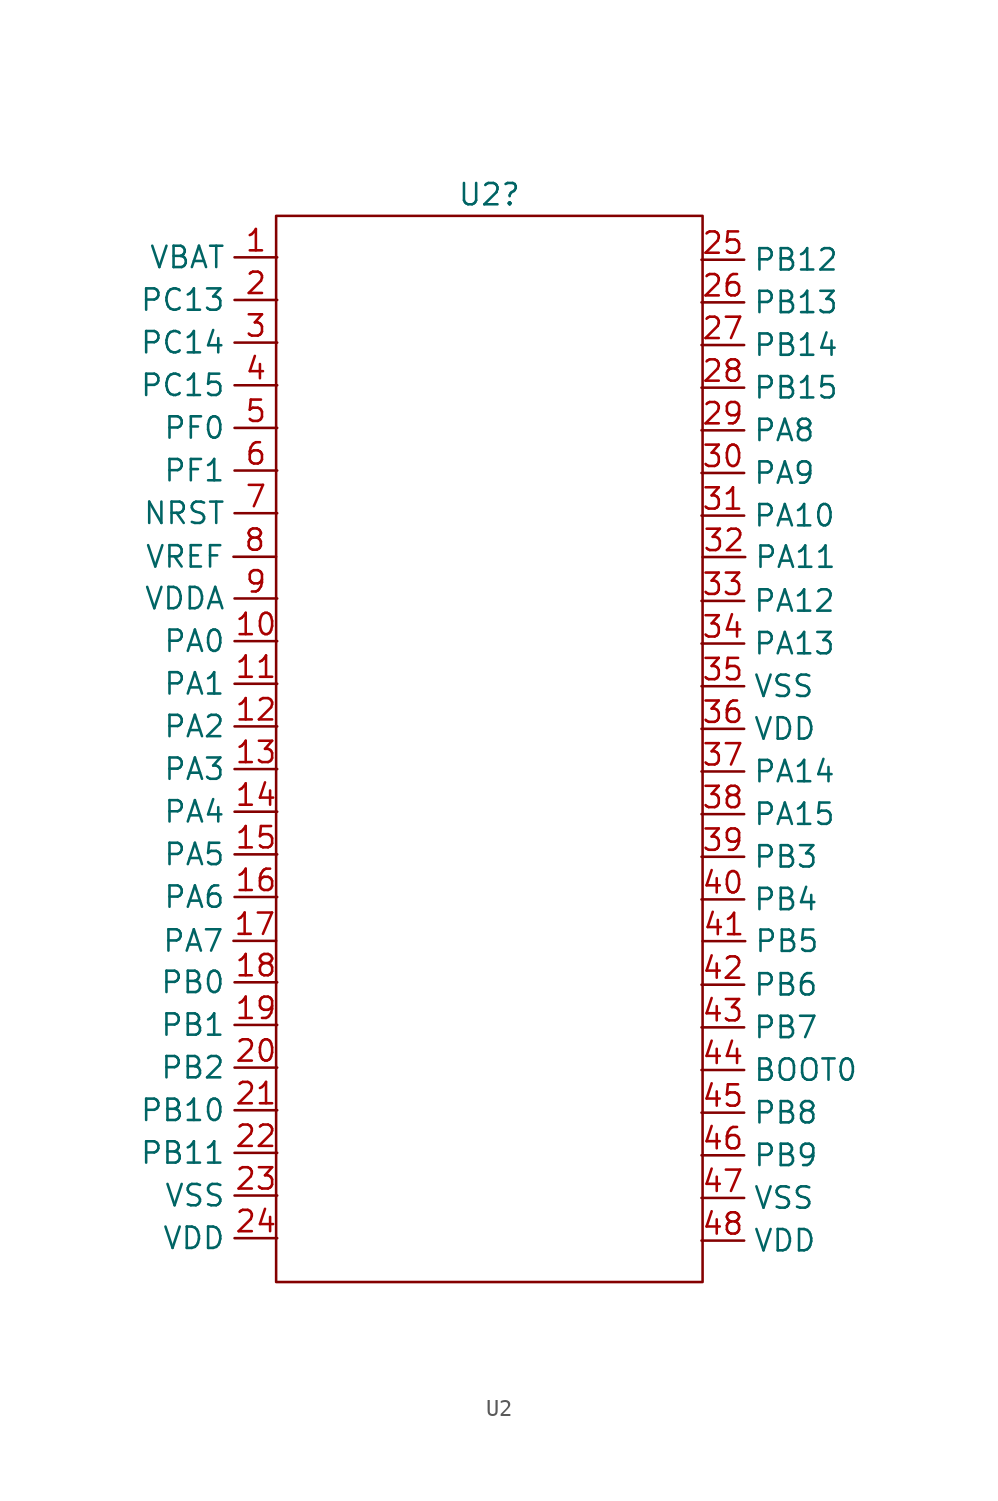
<source format=kicad_sym>
(kicad_symbol_lib
  (version 20220914)
  (generator kicad_symbol_editor)
  (symbol "U2"
    (property "Reference" "U2"
      (at 0 33.02 0)
      (effects (font (size 1.27 1.27))))
    (property "Value" ""
      (at -3.81 15.24 0)
      (effects (font (size 1.27 1.27))))
    (symbol "U2_0_1"
      (rectangle (start -12.7 31.75) (end 12.7 -31.75) (stroke (width 0) (type default)) (fill (type none))))
    (symbol "U2_1_1"
      (pin output line (at -12.636 29.282 180) (length 2.54) (name "VBAT" (effects (font (size 1.27 1.27)))) (number "1" (effects (font (size 1.27 1.27)))))
      (pin bidirectional line (at -12.636 6.422 180) (length 2.54) (name "PA0" (effects (font (size 1.27 1.27)))) (number "10" (effects (font (size 1.27 1.27)))))
      (pin bidirectional line (at -12.636 3.882 180) (length 2.54) (name "PA1" (effects (font (size 1.27 1.27)))) (number "11" (effects (font (size 1.27 1.27)))))
      (pin bidirectional line (at -12.636 1.342 180) (length 2.54) (name "PA2" (effects (font (size 1.27 1.27)))) (number "12" (effects (font (size 1.27 1.27)))))
      (pin bidirectional line (at -12.636 -1.198 180) (length 2.54) (name "PA3" (effects (font (size 1.27 1.27)))) (number "13" (effects (font (size 1.27 1.27)))))
      (pin bidirectional line (at -12.636 -3.738 180) (length 2.54) (name "PA4" (effects (font (size 1.27 1.27)))) (number "14" (effects (font (size 1.27 1.27)))))
      (pin bidirectional line (at -12.636 -6.278 180) (length 2.54) (name "PA5" (effects (font (size 1.27 1.27)))) (number "15" (effects (font (size 1.27 1.27)))))
      (pin bidirectional line (at -12.636 -8.818 180) (length 2.54) (name "PA6" (effects (font (size 1.27 1.27)))) (number "16" (effects (font (size 1.27 1.27)))))
      (pin bidirectional line (at -12.7 -11.43 180) (length 2.54) (name "PA7" (effects (font (size 1.27 1.27)))) (number "17" (effects (font (size 1.27 1.27)))))
      (pin bidirectional line (at -12.636 -13.898 180) (length 2.54) (name "PB0" (effects (font (size 1.27 1.27)))) (number "18" (effects (font (size 1.27 1.27)))))
      (pin bidirectional line (at -12.636 -16.438 180) (length 2.54) (name "PB1" (effects (font (size 1.27 1.27)))) (number "19" (effects (font (size 1.27 1.27)))))
      (pin bidirectional line (at -12.636 26.742 180) (length 2.54) (name "PC13" (effects (font (size 1.27 1.27)))) (number "2" (effects (font (size 1.27 1.27)))))
      (pin bidirectional line (at -12.636 -18.978 180) (length 2.54) (name "PB2" (effects (font (size 1.27 1.27)))) (number "20" (effects (font (size 1.27 1.27)))))
      (pin bidirectional line (at -12.636 -21.518 180) (length 2.54) (name "PB10" (effects (font (size 1.27 1.27)))) (number "21" (effects (font (size 1.27 1.27)))))
      (pin bidirectional line (at -12.636 -24.058 180) (length 2.54) (name "PB11" (effects (font (size 1.27 1.27)))) (number "22" (effects (font (size 1.27 1.27)))))
      (pin output line (at -12.636 -26.598 180) (length 2.54) (name "VSS" (effects (font (size 1.27 1.27)))) (number "23" (effects (font (size 1.27 1.27)))))
      (pin output line (at -12.636 -29.138 180) (length 2.54) (name "VDD" (effects (font (size 1.27 1.27)))) (number "24" (effects (font (size 1.27 1.27)))))
      (pin bidirectional line (at 12.636 29.138 0) (length 2.54) (name "PB12" (effects (font (size 1.27 1.27)))) (number "25" (effects (font (size 1.27 1.27)))))
      (pin bidirectional line (at 12.636 26.598 0) (length 2.54) (name "PB13" (effects (font (size 1.27 1.27)))) (number "26" (effects (font (size 1.27 1.27)))))
      (pin bidirectional line (at 12.636 24.058 0) (length 2.54) (name "PB14" (effects (font (size 1.27 1.27)))) (number "27" (effects (font (size 1.27 1.27)))))
      (pin bidirectional line (at 12.636 21.518 0) (length 2.54) (name "PB15" (effects (font (size 1.27 1.27)))) (number "28" (effects (font (size 1.27 1.27)))))
      (pin bidirectional line (at 12.636 18.978 0) (length 2.54) (name "PA8" (effects (font (size 1.27 1.27)))) (number "29" (effects (font (size 1.27 1.27)))))
      (pin bidirectional line (at -12.636 24.202 180) (length 2.54) (name "PC14" (effects (font (size 1.27 1.27)))) (number "3" (effects (font (size 1.27 1.27)))))
      (pin bidirectional line (at 12.636 16.438 0) (length 2.54) (name "PA9" (effects (font (size 1.27 1.27)))) (number "30" (effects (font (size 1.27 1.27)))))
      (pin bidirectional line (at 12.636 13.898 0) (length 2.54) (name "PA10" (effects (font (size 1.27 1.27)))) (number "31" (effects (font (size 1.27 1.27)))))
      (pin bidirectional line (at 12.7 11.43 0) (length 2.54) (name "PA11" (effects (font (size 1.27 1.27)))) (number "32" (effects (font (size 1.27 1.27)))))
      (pin bidirectional line (at 12.636 8.818 0) (length 2.54) (name "PA12" (effects (font (size 1.27 1.27)))) (number "33" (effects (font (size 1.27 1.27)))))
      (pin bidirectional line (at 12.636 6.278 0) (length 2.54) (name "PA13" (effects (font (size 1.27 1.27)))) (number "34" (effects (font (size 1.27 1.27)))))
      (pin output line (at 12.636 3.738 0) (length 2.54) (name "VSS" (effects (font (size 1.27 1.27)))) (number "35" (effects (font (size 1.27 1.27)))))
      (pin output line (at 12.636 1.198 0) (length 2.54) (name "VDD" (effects (font (size 1.27 1.27)))) (number "36" (effects (font (size 1.27 1.27)))))
      (pin bidirectional line (at 12.636 -1.342 0) (length 2.54) (name "PA14" (effects (font (size 1.27 1.27)))) (number "37" (effects (font (size 1.27 1.27)))))
      (pin bidirectional line (at 12.636 -3.882 0) (length 2.54) (name "PA15" (effects (font (size 1.27 1.27)))) (number "38" (effects (font (size 1.27 1.27)))))
      (pin bidirectional line (at 12.636 -6.422 0) (length 2.54) (name "PB3" (effects (font (size 1.27 1.27)))) (number "39" (effects (font (size 1.27 1.27)))))
      (pin bidirectional line (at -12.636 21.662 180) (length 2.54) (name "PC15" (effects (font (size 1.27 1.27)))) (number "4" (effects (font (size 1.27 1.27)))))
      (pin bidirectional line (at 12.636 -8.962 0) (length 2.54) (name "PB4" (effects (font (size 1.27 1.27)))) (number "40" (effects (font (size 1.27 1.27)))))
      (pin bidirectional line (at 12.7 -11.447 0) (length 2.54) (name "PB5" (effects (font (size 1.27 1.27)))) (number "41" (effects (font (size 1.27 1.27)))))
      (pin bidirectional line (at 12.636 -14.042 0) (length 2.54) (name "PB6" (effects (font (size 1.27 1.27)))) (number "42" (effects (font (size 1.27 1.27)))))
      (pin bidirectional line (at 12.636 -16.582 0) (length 2.54) (name "PB7" (effects (font (size 1.27 1.27)))) (number "43" (effects (font (size 1.27 1.27)))))
      (pin input line (at 12.636 -19.122 0) (length 2.54) (name "BOOT0" (effects (font (size 1.27 1.27)))) (number "44" (effects (font (size 1.27 1.27)))))
      (pin bidirectional line (at 12.636 -21.662 0) (length 2.54) (name "PB8" (effects (font (size 1.27 1.27)))) (number "45" (effects (font (size 1.27 1.27)))))
      (pin bidirectional line (at 12.636 -24.202 0) (length 2.54) (name "PB9" (effects (font (size 1.27 1.27)))) (number "46" (effects (font (size 1.27 1.27)))))
      (pin output line (at 12.636 -26.742 0) (length 2.54) (name "VSS" (effects (font (size 1.27 1.27)))) (number "47" (effects (font (size 1.27 1.27)))))
      (pin output line (at 12.636 -29.282 0) (length 2.54) (name "VDD" (effects (font (size 1.27 1.27)))) (number "48" (effects (font (size 1.27 1.27)))))
      (pin bidirectional line (at -12.636 19.122 180) (length 2.54) (name "PF0" (effects (font (size 1.27 1.27)))) (number "5" (effects (font (size 1.27 1.27)))))
      (pin bidirectional line (at -12.636 16.582 180) (length 2.54) (name "PF1" (effects (font (size 1.27 1.27)))) (number "6" (effects (font (size 1.27 1.27)))))
      (pin bidirectional line (at -12.636 14.042 180) (length 2.54) (name "NRST" (effects (font (size 1.27 1.27)))) (number "7" (effects (font (size 1.27 1.27)))))
      (pin output line (at -12.7 11.447 180) (length 2.54) (name "VREF" (effects (font (size 1.27 1.27)))) (number "8" (effects (font (size 1.27 1.27)))))
      (pin output line (at -12.636 8.962 180) (length 2.54) (name "VDDA" (effects (font (size 1.27 1.27)))) (number "9" (effects (font (size 1.27 1.27))))))))
</source>
